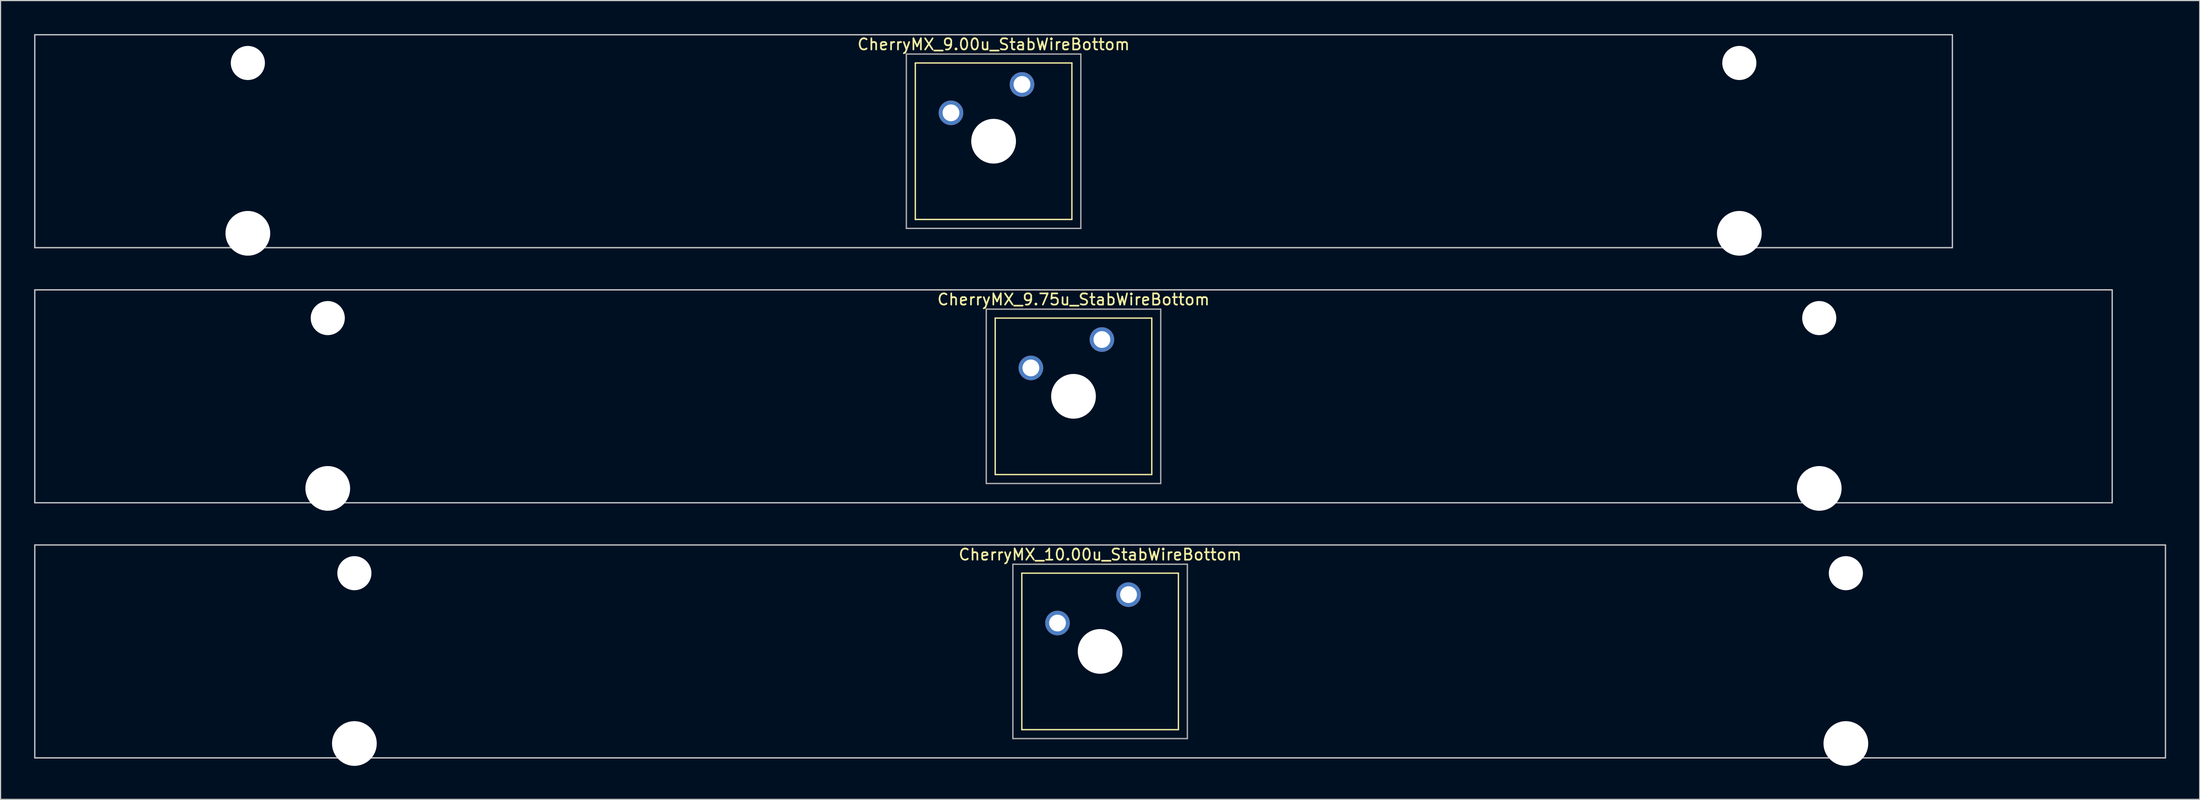
<source format=kicad_pcb>
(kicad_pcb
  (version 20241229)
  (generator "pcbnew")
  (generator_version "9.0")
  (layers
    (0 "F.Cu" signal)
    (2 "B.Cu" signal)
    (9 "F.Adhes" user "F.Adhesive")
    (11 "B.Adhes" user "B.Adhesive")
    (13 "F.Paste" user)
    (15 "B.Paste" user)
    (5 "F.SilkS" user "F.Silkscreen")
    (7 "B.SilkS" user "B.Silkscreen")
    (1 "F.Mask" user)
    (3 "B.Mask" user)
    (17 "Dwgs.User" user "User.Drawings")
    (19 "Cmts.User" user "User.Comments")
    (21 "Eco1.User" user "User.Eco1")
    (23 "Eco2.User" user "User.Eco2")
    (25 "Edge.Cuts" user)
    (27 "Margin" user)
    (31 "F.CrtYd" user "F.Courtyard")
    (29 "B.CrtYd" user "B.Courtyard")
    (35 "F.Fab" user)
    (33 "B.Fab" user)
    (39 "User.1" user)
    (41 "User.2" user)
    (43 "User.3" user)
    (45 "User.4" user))
  (footprint "CherryMX_9.00u_StabWireBottom"
    (layer "F.Cu")
    (at 85.785 9.585)
    (property "Reference" "CherryMX_9.00u_StabWireBottom" (at 0 -8.662 0) (layer "F.SilkS") (effects (font (size 1 1) (thickness 0.15))))
    (attr through_hole)
    (fp_line (start -7 -7) (end -7 7) (stroke (width 0.12) (type solid)) (layer "F.SilkS"))
    (fp_line (start -7 -7) (end 7 -7) (stroke (width 0.12) (type solid)) (layer "F.SilkS"))
    (fp_line (start 7 -7) (end 7 7) (stroke (width 0.12) (type solid)) (layer "F.SilkS"))
    (fp_line (start 7 7) (end -7 7) (stroke (width 0.12) (type solid)) (layer "F.SilkS"))
    (fp_line (start -85.725 -9.525) (end 85.725 -9.525) (stroke (width 0.12) (type solid)) (layer "Dwgs.User"))
    (fp_line (start -85.725 9.525) (end -85.725 -9.525) (stroke (width 0.12) (type solid)) (layer "Dwgs.User"))
    (fp_line (start 85.725 -9.525) (end 85.725 9.525) (stroke (width 0.12) (type solid)) (layer "Dwgs.User"))
    (fp_line (start 85.725 9.525) (end -85.725 9.525) (stroke (width 0.12) (type solid)) (layer "Dwgs.User"))
    (fp_line (start -7.8 -7.8) (end -7.8 7.8) (stroke (width 0.12) (type solid)) (layer "F.Fab"))
    (fp_line (start -7.8 -7.8) (end 7.8 -7.8) (stroke (width 0.12) (type solid)) (layer "F.Fab"))
    (fp_line (start -7.8 7.8) (end 7.8 7.8) (stroke (width 0.12) (type solid)) (layer "F.Fab"))
    (fp_line (start 7.8 -7.8) (end 7.8 7.8) (stroke (width 0.12) (type solid)) (layer "F.Fab"))
    (pad "" np_thru_hole circle (at -66.675 -7) (size 3.05 3.05) (drill 3.05) (layers "*.Cu" "*.Mask"))
    (pad "" np_thru_hole circle (at -66.675 8.24) (size 4 4) (drill 4) (layers "*.Cu" "*.Mask"))
    (pad "" np_thru_hole circle (at 0 0) (size 4 4) (drill 4) (layers "*.Cu" "*.Mask"))
    (pad "" np_thru_hole circle (at 66.675 -7) (size 3.05 3.05) (drill 3.05) (layers "*.Cu" "*.Mask"))
    (pad "" np_thru_hole circle (at 66.675 8.24) (size 4 4) (drill 4) (layers "*.Cu" "*.Mask"))
    (pad "1" thru_hole circle (at -3.81 -2.54) (size 2.2 2.2) (drill 1.5) (layers "*.Cu" "*.Mask"))
    (pad "2" thru_hole circle (at 2.54 -5.08) (size 2.2 2.2) (drill 1.5) (layers "*.Cu" "*.Mask")))
  (footprint "CherryMX_10.00u_StabWireBottom"
    (layer "F.Cu")
    (at 95.31 55.235)
    (property "Reference" "CherryMX_10.00u_StabWireBottom" (at 0 -8.662 0) (layer "F.SilkS") (effects (font (size 1 1) (thickness 0.15))))
    (attr through_hole)
    (fp_line (start -7 -7) (end -7 7) (stroke (width 0.12) (type solid)) (layer "F.SilkS"))
    (fp_line (start -7 -7) (end 7 -7) (stroke (width 0.12) (type solid)) (layer "F.SilkS"))
    (fp_line (start 7 -7) (end 7 7) (stroke (width 0.12) (type solid)) (layer "F.SilkS"))
    (fp_line (start 7 7) (end -7 7) (stroke (width 0.12) (type solid)) (layer "F.SilkS"))
    (fp_line (start -95.25 -9.525) (end 95.25 -9.525) (stroke (width 0.12) (type solid)) (layer "Dwgs.User"))
    (fp_line (start -95.25 9.525) (end -95.25 -9.525) (stroke (width 0.12) (type solid)) (layer "Dwgs.User"))
    (fp_line (start 95.25 -9.525) (end 95.25 9.525) (stroke (width 0.12) (type solid)) (layer "Dwgs.User"))
    (fp_line (start 95.25 9.525) (end -95.25 9.525) (stroke (width 0.12) (type solid)) (layer "Dwgs.User"))
    (fp_line (start -7.8 -7.8) (end -7.8 7.8) (stroke (width 0.12) (type solid)) (layer "F.Fab"))
    (fp_line (start -7.8 -7.8) (end 7.8 -7.8) (stroke (width 0.12) (type solid)) (layer "F.Fab"))
    (fp_line (start -7.8 7.8) (end 7.8 7.8) (stroke (width 0.12) (type solid)) (layer "F.Fab"))
    (fp_line (start 7.8 -7.8) (end 7.8 7.8) (stroke (width 0.12) (type solid)) (layer "F.Fab"))
    (pad "" np_thru_hole circle (at -66.675 -7) (size 3.05 3.05) (drill 3.05) (layers "*.Cu" "*.Mask"))
    (pad "" np_thru_hole circle (at -66.675 8.24) (size 4 4) (drill 4) (layers "*.Cu" "*.Mask"))
    (pad "" np_thru_hole circle (at 0 0) (size 4 4) (drill 4) (layers "*.Cu" "*.Mask"))
    (pad "" np_thru_hole circle (at 66.675 -7) (size 3.05 3.05) (drill 3.05) (layers "*.Cu" "*.Mask"))
    (pad "" np_thru_hole circle (at 66.675 8.24) (size 4 4) (drill 4) (layers "*.Cu" "*.Mask"))
    (pad "1" thru_hole circle (at -3.81 -2.54) (size 2.2 2.2) (drill 1.5) (layers "*.Cu" "*.Mask"))
    (pad "2" thru_hole circle (at 2.54 -5.08) (size 2.2 2.2) (drill 1.5) (layers "*.Cu" "*.Mask")))
  (footprint "CherryMX_9.75u_StabWireBottom"
    (layer "F.Cu")
    (at 92.929 32.41)
    (property "Reference" "CherryMX_9.75u_StabWireBottom" (at 0 -8.662 0) (layer "F.SilkS") (effects (font (size 1 1) (thickness 0.15))))
    (attr through_hole)
    (fp_line (start -7 -7) (end -7 7) (stroke (width 0.12) (type solid)) (layer "F.SilkS"))
    (fp_line (start -7 -7) (end 7 -7) (stroke (width 0.12) (type solid)) (layer "F.SilkS"))
    (fp_line (start 7 -7) (end 7 7) (stroke (width 0.12) (type solid)) (layer "F.SilkS"))
    (fp_line (start 7 7) (end -7 7) (stroke (width 0.12) (type solid)) (layer "F.SilkS"))
    (fp_line (start -92.869 -9.525) (end 92.869 -9.525) (stroke (width 0.12) (type solid)) (layer "Dwgs.User"))
    (fp_line (start -92.869 9.525) (end -92.869 -9.525) (stroke (width 0.12) (type solid)) (layer "Dwgs.User"))
    (fp_line (start 92.869 -9.525) (end 92.869 9.525) (stroke (width 0.12) (type solid)) (layer "Dwgs.User"))
    (fp_line (start 92.869 9.525) (end -92.869 9.525) (stroke (width 0.12) (type solid)) (layer "Dwgs.User"))
    (fp_line (start -7.8 -7.8) (end -7.8 7.8) (stroke (width 0.12) (type solid)) (layer "F.Fab"))
    (fp_line (start -7.8 -7.8) (end 7.8 -7.8) (stroke (width 0.12) (type solid)) (layer "F.Fab"))
    (fp_line (start -7.8 7.8) (end 7.8 7.8) (stroke (width 0.12) (type solid)) (layer "F.Fab"))
    (fp_line (start 7.8 -7.8) (end 7.8 7.8) (stroke (width 0.12) (type solid)) (layer "F.Fab"))
    (pad "" np_thru_hole circle (at -66.675 -7) (size 3.05 3.05) (drill 3.05) (layers "*.Cu" "*.Mask"))
    (pad "" np_thru_hole circle (at -66.675 8.24) (size 4 4) (drill 4) (layers "*.Cu" "*.Mask"))
    (pad "" np_thru_hole circle (at 0 0) (size 4 4) (drill 4) (layers "*.Cu" "*.Mask"))
    (pad "" np_thru_hole circle (at 66.675 -7) (size 3.05 3.05) (drill 3.05) (layers "*.Cu" "*.Mask"))
    (pad "" np_thru_hole circle (at 66.675 8.24) (size 4 4) (drill 4) (layers "*.Cu" "*.Mask"))
    (pad "1" thru_hole circle (at -3.81 -2.54) (size 2.2 2.2) (drill 1.5) (layers "*.Cu" "*.Mask"))
    (pad "2" thru_hole circle (at 2.54 -5.08) (size 2.2 2.2) (drill 1.5) (layers "*.Cu" "*.Mask")))
  (gr_rect
    (start -3 -3)
    (end 193.62 68.475)
    (stroke (width 0.1) (type default))
    (fill no)
    (layer "Edge.Cuts")))
</source>
